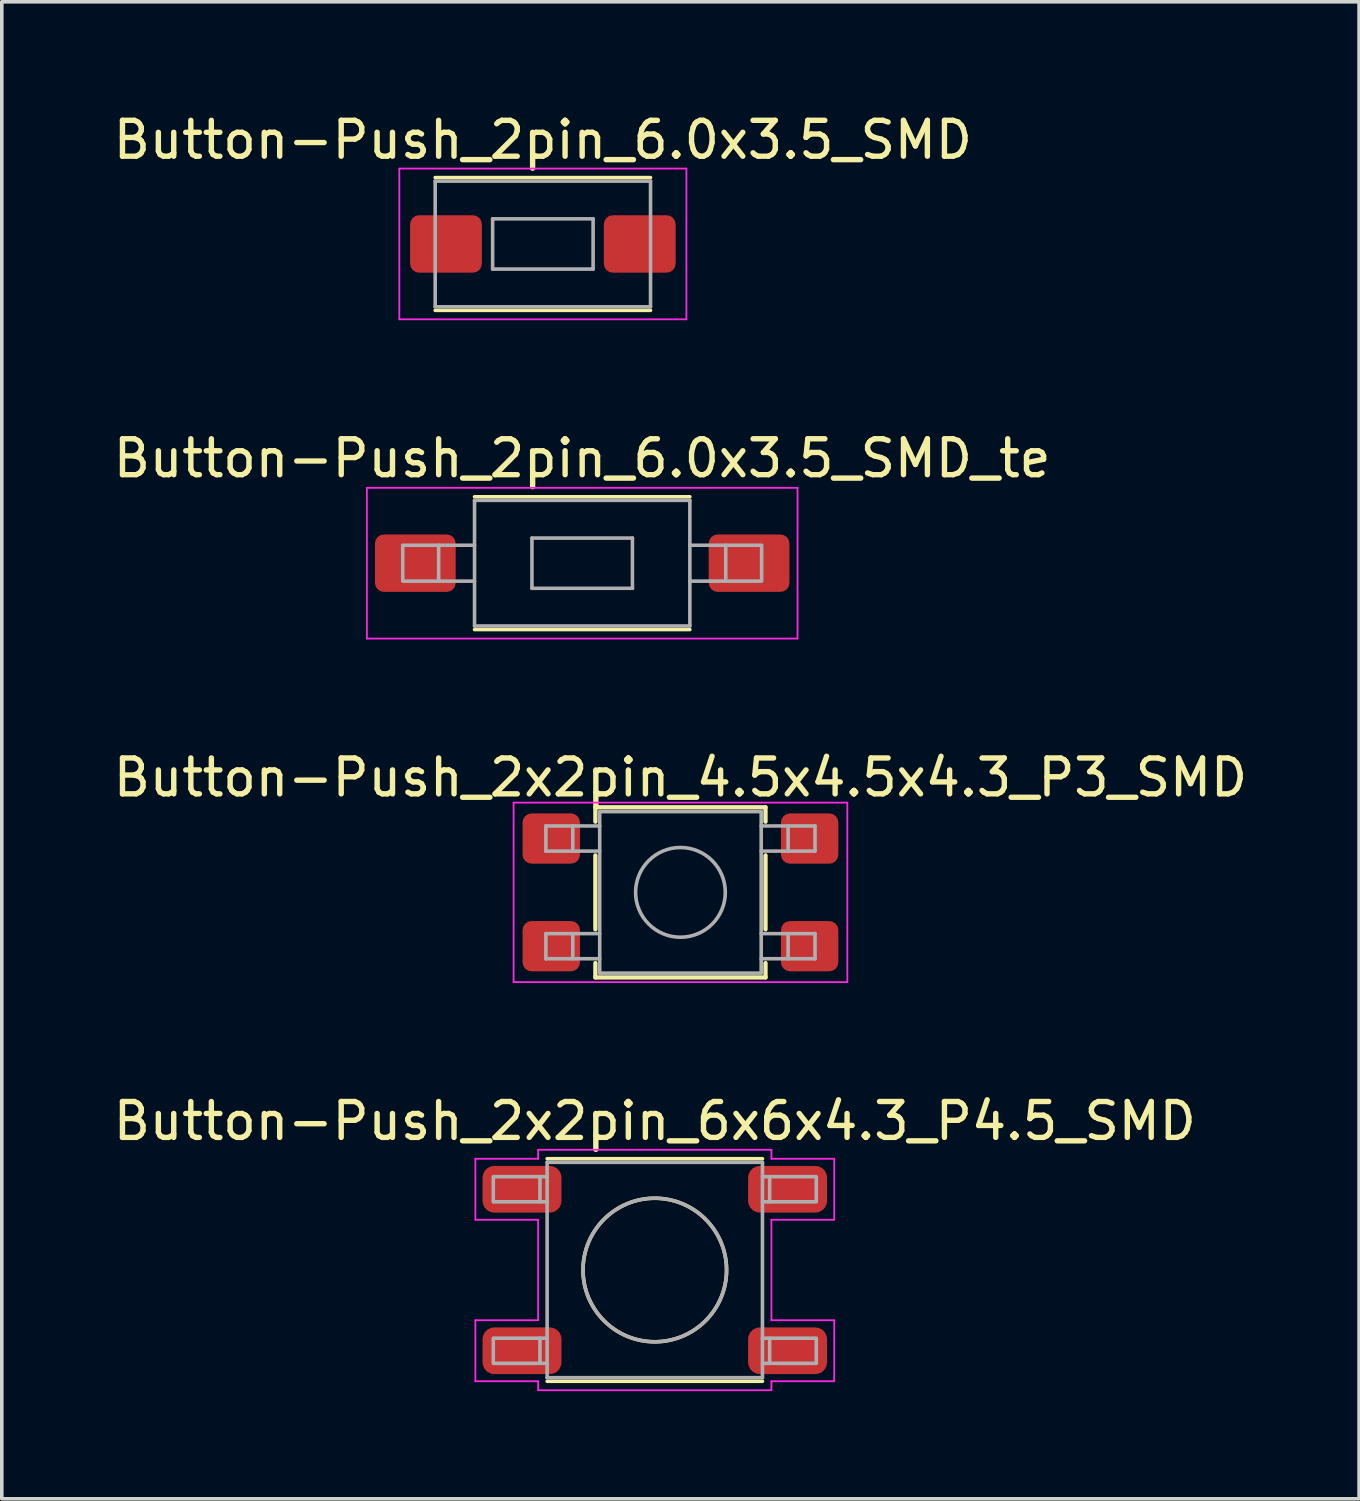
<source format=kicad_pcb>
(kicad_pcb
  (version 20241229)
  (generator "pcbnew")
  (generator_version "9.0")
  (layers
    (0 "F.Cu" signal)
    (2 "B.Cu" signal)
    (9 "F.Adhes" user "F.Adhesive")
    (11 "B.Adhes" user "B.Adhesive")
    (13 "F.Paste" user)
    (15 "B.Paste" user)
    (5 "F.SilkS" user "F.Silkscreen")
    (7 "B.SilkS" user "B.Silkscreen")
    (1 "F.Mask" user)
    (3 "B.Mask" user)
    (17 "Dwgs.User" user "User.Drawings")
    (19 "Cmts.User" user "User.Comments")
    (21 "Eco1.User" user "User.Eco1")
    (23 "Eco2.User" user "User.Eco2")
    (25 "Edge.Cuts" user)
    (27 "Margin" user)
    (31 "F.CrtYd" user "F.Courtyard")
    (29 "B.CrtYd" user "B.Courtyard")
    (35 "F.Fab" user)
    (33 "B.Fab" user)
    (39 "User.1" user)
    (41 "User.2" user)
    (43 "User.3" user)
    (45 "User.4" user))
  (footprint "Button-Push_2pin_6.0x3.5_SMD"
    (layer "F.Cu")
    (at 12.077 3.748)
    (property "Reference" "Button-Push_2pin_6.0x3.5_SMD" (at 0 -2.9 0) (layer "F.SilkS") (effects (font (size 1 1) (thickness 0.15))))
    (attr smd)
    (fp_line (start -3 1.85) (end 3 1.85) (stroke (width 0.1) (type solid)) (layer "F.SilkS"))
    (fp_line (start 3 -1.85) (end -3 -1.85) (stroke (width 0.1) (type solid)) (layer "F.SilkS"))
    (fp_line (start -4 -2.1) (end 4 -2.1) (stroke (width 0.05) (type solid)) (layer "F.CrtYd"))
    (fp_line (start -4 2.1) (end -4 -2.1) (stroke (width 0.05) (type solid)) (layer "F.CrtYd"))
    (fp_line (start 4 -2.1) (end 4 2.1) (stroke (width 0.05) (type solid)) (layer "F.CrtYd"))
    (fp_line (start 4 2.1) (end -4 2.1) (stroke (width 0.05) (type solid)) (layer "F.CrtYd"))
    (fp_line (start -3 -1.75) (end 3 -1.75) (stroke (width 0.1) (type solid)) (layer "F.Fab"))
    (fp_line (start -3 1.75) (end -3 -1.75) (stroke (width 0.1) (type solid)) (layer "F.Fab"))
    (fp_line (start -1.4 -0.7) (end 1.4 -0.7) (stroke (width 0.1) (type solid)) (layer "F.Fab"))
    (fp_line (start -1.4 0.7) (end -1.4 -0.7) (stroke (width 0.1) (type solid)) (layer "F.Fab"))
    (fp_line (start 1.4 -0.7) (end 1.4 0.7) (stroke (width 0.1) (type solid)) (layer "F.Fab"))
    (fp_line (start 1.4 0.7) (end -1.4 0.7) (stroke (width 0.1) (type solid)) (layer "F.Fab"))
    (fp_line (start 3 -1.75) (end 3 1.75) (stroke (width 0.1) (type solid)) (layer "F.Fab"))
    (fp_line (start 3 1.75) (end -3 1.75) (stroke (width 0.1) (type solid)) (layer "F.Fab"))
    (pad "1" smd roundrect (at -2.7 0) (size 2 1.6) (layers "F.Cu" "F.Mask" "F.Paste") (roundrect_rratio 0.156))
    (pad "2" smd roundrect (at 2.7 0) (size 2 1.6) (layers "F.Cu" "F.Mask" "F.Paste") (roundrect_rratio 0.156)))
  (footprint "Button-Push_2pin_6.0x3.5_SMD_te"
    (layer "F.Cu")
    (at 13.173 12.643)
    (property "Reference" "Button-Push_2pin_6.0x3.5_SMD_te" (at 0 -2.921 0) (layer "F.SilkS") (effects (font (size 1 1) (thickness 0.15))))
    (attr smd)
    (fp_line (start -3 1.85) (end 3 1.85) (stroke (width 0.1) (type solid)) (layer "F.SilkS"))
    (fp_line (start 3 -1.85) (end -3 -1.85) (stroke (width 0.1) (type solid)) (layer "F.SilkS"))
    (fp_line (start -6 -2.1) (end 6 -2.1) (stroke (width 0.05) (type solid)) (layer "F.CrtYd"))
    (fp_line (start -6 2.1) (end -6 -2.1) (stroke (width 0.05) (type solid)) (layer "F.CrtYd"))
    (fp_line (start 6 -2.1) (end 6 2.1) (stroke (width 0.05) (type solid)) (layer "F.CrtYd"))
    (fp_line (start 6 2.1) (end -6 2.1) (stroke (width 0.05) (type solid)) (layer "F.CrtYd"))
    (fp_line (start -3 -1.75) (end 3 -1.75) (stroke (width 0.1) (type solid)) (layer "F.Fab"))
    (fp_line (start -3 -0.5) (end -4 -0.5) (stroke (width 0.1) (type solid)) (layer "F.Fab"))
    (fp_line (start -3 0.5) (end -4 0.5) (stroke (width 0.1) (type solid)) (layer "F.Fab"))
    (fp_line (start -3 1.75) (end -3 -1.75) (stroke (width 0.1) (type solid)) (layer "F.Fab"))
    (fp_line (start -1.4 -0.7) (end 1.4 -0.7) (stroke (width 0.1) (type solid)) (layer "F.Fab"))
    (fp_line (start -1.4 0.7) (end -1.4 -0.7) (stroke (width 0.1) (type solid)) (layer "F.Fab"))
    (fp_line (start 1.4 -0.7) (end 1.4 0.7) (stroke (width 0.1) (type solid)) (layer "F.Fab"))
    (fp_line (start 1.4 0.7) (end -1.4 0.7) (stroke (width 0.1) (type solid)) (layer "F.Fab"))
    (fp_line (start 3 -1.75) (end 3 1.75) (stroke (width 0.1) (type solid)) (layer "F.Fab"))
    (fp_line (start 3 -0.5) (end 4 -0.5) (stroke (width 0.1) (type solid)) (layer "F.Fab"))
    (fp_line (start 3 0.5) (end 4 0.5) (stroke (width 0.1) (type solid)) (layer "F.Fab"))
    (fp_line (start 3 1.75) (end -3 1.75) (stroke (width 0.1) (type solid)) (layer "F.Fab"))
    (fp_poly (pts (xy -4 0.5) (xy -5 0.5) (xy -5 -0.5) (xy -4 -0.5)) (stroke (width 0.1) (type solid)) (fill no) (layer "F.Fab"))
    (fp_poly (pts (xy 4 -0.5) (xy 5 -0.5) (xy 5 0.5) (xy 4 0.5)) (stroke (width 0.1) (type solid)) (fill no) (layer "F.Fab"))
    (pad "1" smd roundrect (at -4.65 0) (size 2.25 1.6) (layers "F.Cu" "F.Mask" "F.Paste") (roundrect_rratio 0.156))
    (pad "2" smd roundrect (at 4.65 0) (size 2.25 1.6) (layers "F.Cu" "F.Mask" "F.Paste") (roundrect_rratio 0.156)))
  (footprint "Button-Push_2x2pin_6x6x4.3_P4.5_SMD"
    (layer "F.Cu")
    (at 15.196 32.339)
    (property "Reference" "Button-Push_2x2pin_6x6x4.3_P4.5_SMD" (at 0 -4.15 0) (layer "F.SilkS") (effects (font (size 1 1) (thickness 0.15))))
    (attr smd)
    (fp_line (start 3 -3.1) (end -3 -3.1) (stroke (width 0.1) (type solid)) (layer "F.SilkS"))
    (fp_line (start 3 3.1) (end -3 3.1) (stroke (width 0.1) (type solid)) (layer "F.SilkS"))
    (fp_circle (center 0 0) (end 2 0) (stroke (width 0.1) (type solid)) (fill no) (layer "F.SilkS"))
    (fp_line (start -5 -3.1) (end -5 -1.4) (stroke (width 0.05) (type solid)) (layer "F.CrtYd"))
    (fp_line (start -5 -3.1) (end -3.25 -3.1) (stroke (width 0.05) (type solid)) (layer "F.CrtYd"))
    (fp_line (start -5 -1.4) (end -3.25 -1.4) (stroke (width 0.05) (type solid)) (layer "F.CrtYd"))
    (fp_line (start -5 1.4) (end -5 3.1) (stroke (width 0.05) (type solid)) (layer "F.CrtYd"))
    (fp_line (start -5 1.4) (end -3.25 1.4) (stroke (width 0.05) (type solid)) (layer "F.CrtYd"))
    (fp_line (start -5 3.1) (end -3.25 3.1) (stroke (width 0.05) (type solid)) (layer "F.CrtYd"))
    (fp_line (start -3.25 -3.35) (end -3.25 -3.1) (stroke (width 0.05) (type solid)) (layer "F.CrtYd"))
    (fp_line (start -3.25 -1.4) (end -3.25 1.4) (stroke (width 0.05) (type solid)) (layer "F.CrtYd"))
    (fp_line (start -3.25 3.1) (end -3.25 3.35) (stroke (width 0.05) (type solid)) (layer "F.CrtYd"))
    (fp_line (start -3.25 3.35) (end 3.25 3.35) (stroke (width 0.05) (type solid)) (layer "F.CrtYd"))
    (fp_line (start 3.25 -3.35) (end -3.25 -3.35) (stroke (width 0.05) (type solid)) (layer "F.CrtYd"))
    (fp_line (start 3.25 -3.35) (end 3.25 -3.1) (stroke (width 0.05) (type solid)) (layer "F.CrtYd"))
    (fp_line (start 3.25 -3.1) (end 5 -3.1) (stroke (width 0.05) (type solid)) (layer "F.CrtYd"))
    (fp_line (start 3.25 -1.4) (end 3.25 1.4) (stroke (width 0.05) (type solid)) (layer "F.CrtYd"))
    (fp_line (start 3.25 -1.4) (end 5 -1.4) (stroke (width 0.05) (type solid)) (layer "F.CrtYd"))
    (fp_line (start 3.25 1.4) (end 5 1.4) (stroke (width 0.05) (type solid)) (layer "F.CrtYd"))
    (fp_line (start 3.25 3.1) (end 3.25 3.35) (stroke (width 0.05) (type solid)) (layer "F.CrtYd"))
    (fp_line (start 3.25 3.1) (end 5 3.1) (stroke (width 0.05) (type solid)) (layer "F.CrtYd"))
    (fp_line (start 5 -3.1) (end 5 -1.4) (stroke (width 0.05) (type solid)) (layer "F.CrtYd"))
    (fp_line (start 5 1.4) (end 5 3.1) (stroke (width 0.05) (type solid)) (layer "F.CrtYd"))
    (fp_line (start -3 -2.6) (end -3.2 -2.6) (stroke (width 0.1) (type solid)) (layer "F.Fab"))
    (fp_line (start -3 -1.9) (end -3.2 -1.9) (stroke (width 0.1) (type solid)) (layer "F.Fab"))
    (fp_line (start -3 1.9) (end -3.2 1.9) (stroke (width 0.1) (type solid)) (layer "F.Fab"))
    (fp_line (start -3 2.6) (end -3.2 2.6) (stroke (width 0.1) (type solid)) (layer "F.Fab"))
    (fp_line (start -3 3) (end -3 -3) (stroke (width 0.1) (type solid)) (layer "F.Fab"))
    (fp_line (start 3 -3) (end -3 -3) (stroke (width 0.1) (type solid)) (layer "F.Fab"))
    (fp_line (start 3 -3) (end 3 3) (stroke (width 0.1) (type solid)) (layer "F.Fab"))
    (fp_line (start 3 -2.6) (end 3.2 -2.6) (stroke (width 0.1) (type solid)) (layer "F.Fab"))
    (fp_line (start 3 -1.9) (end 3.2 -1.9) (stroke (width 0.1) (type solid)) (layer "F.Fab"))
    (fp_line (start 3 1.9) (end 3.2 1.9) (stroke (width 0.1) (type solid)) (layer "F.Fab"))
    (fp_line (start 3 2.6) (end 3.2 2.6) (stroke (width 0.1) (type solid)) (layer "F.Fab"))
    (fp_line (start 3 3) (end -3 3) (stroke (width 0.1) (type solid)) (layer "F.Fab"))
    (fp_circle (center 0 0) (end 2 0) (stroke (width 0.1) (type solid)) (fill no) (layer "F.Fab"))
    (fp_poly (pts (xy -3.2 -1.9) (xy -4.5 -1.9) (xy -4.5 -2.6) (xy -3.2 -2.6)) (stroke (width 0.1) (type solid)) (fill no) (layer "F.Fab"))
    (fp_poly (pts (xy -3.2 2.6) (xy -4.5 2.6) (xy -4.5 1.9) (xy -3.2 1.9)) (stroke (width 0.1) (type solid)) (fill no) (layer "F.Fab"))
    (fp_poly (pts (xy 3.2 -2.6) (xy 4.5 -2.6) (xy 4.5 -1.9) (xy 3.2 -1.9)) (stroke (width 0.1) (type solid)) (fill no) (layer "F.Fab"))
    (fp_poly (pts (xy 3.2 1.9) (xy 4.5 1.9) (xy 4.5 2.6) (xy 3.2 2.6)) (stroke (width 0.1) (type solid)) (fill no) (layer "F.Fab"))
    (pad "1" smd roundrect (at -3.7 -2.25) (size 2.2 1.3) (layers "F.Cu" "F.Mask" "F.Paste") (roundrect_rratio 0.25))
    (pad "1" smd roundrect (at 3.7 -2.25) (size 2.2 1.3) (layers "F.Cu" "F.Mask" "F.Paste") (roundrect_rratio 0.25))
    (pad "2" smd roundrect (at -3.7 2.25) (size 2.2 1.3) (layers "F.Cu" "F.Mask" "F.Paste") (roundrect_rratio 0.25))
    (pad "2" smd roundrect (at 3.7 2.25) (size 2.2 1.3) (layers "F.Cu" "F.Mask" "F.Paste") (roundrect_rratio 0.25)))
  (footprint "Button-Push_2x2pin_4.5x4.5x4.3_P3_SMD"
    (layer "F.Cu")
    (at 15.911 21.816)
    (property "Reference" "Button-Push_2x2pin_4.5x4.5x4.3_P3_SMD" (at 0 -3.2 0) (layer "F.SilkS") (effects (font (size 1 1) (thickness 0.15))))
    (attr smd)
    (fp_line (start -2.37 -2.37) (end -2.37 -1.97) (stroke (width 0.12) (type solid)) (layer "F.SilkS"))
    (fp_line (start -2.37 -2.37) (end 2.37 -2.37) (stroke (width 0.12) (type solid)) (layer "F.SilkS"))
    (fp_line (start -2.37 1.03) (end -2.37 -1.03) (stroke (width 0.12) (type solid)) (layer "F.SilkS"))
    (fp_line (start -2.37 2.37) (end -2.37 1.97) (stroke (width 0.12) (type solid)) (layer "F.SilkS"))
    (fp_line (start -2.37 2.37) (end 2.37 2.37) (stroke (width 0.12) (type solid)) (layer "F.SilkS"))
    (fp_line (start 2.37 -2.37) (end 2.37 -1.97) (stroke (width 0.12) (type solid)) (layer "F.SilkS"))
    (fp_line (start 2.37 1.03) (end 2.37 -1.03) (stroke (width 0.12) (type solid)) (layer "F.SilkS"))
    (fp_line (start 2.37 2.37) (end 2.37 1.97) (stroke (width 0.12) (type solid)) (layer "F.SilkS"))
    (fp_line (start -4.65 -2.5) (end 4.65 -2.5) (stroke (width 0.05) (type solid)) (layer "F.CrtYd"))
    (fp_line (start -4.65 2.5) (end -4.65 -2.5) (stroke (width 0.05) (type solid)) (layer "F.CrtYd"))
    (fp_line (start 4.65 -2.5) (end 4.65 2.5) (stroke (width 0.05) (type solid)) (layer "F.CrtYd"))
    (fp_line (start 4.65 2.5) (end -4.65 2.5) (stroke (width 0.05) (type solid)) (layer "F.CrtYd"))
    (fp_line (start -3.75 -1.85) (end -3.75 -1.15) (stroke (width 0.1) (type solid)) (layer "F.Fab"))
    (fp_line (start -3.75 -1.15) (end -2.25 -1.15) (stroke (width 0.1) (type solid)) (layer "F.Fab"))
    (fp_line (start -3.75 1.15) (end -3.75 1.85) (stroke (width 0.1) (type solid)) (layer "F.Fab"))
    (fp_line (start -3.75 1.85) (end -2.25 1.85) (stroke (width 0.1) (type solid)) (layer "F.Fab"))
    (fp_line (start -3 -1.85) (end -3 -1.15) (stroke (width 0.1) (type solid)) (layer "F.Fab"))
    (fp_line (start -3 1.15) (end -3 1.85) (stroke (width 0.1) (type solid)) (layer "F.Fab"))
    (fp_line (start -2.25 -2.25) (end 2.25 -2.25) (stroke (width 0.1) (type solid)) (layer "F.Fab"))
    (fp_line (start -2.25 -1.85) (end -3.75 -1.85) (stroke (width 0.1) (type solid)) (layer "F.Fab"))
    (fp_line (start -2.25 1.15) (end -3.75 1.15) (stroke (width 0.1) (type solid)) (layer "F.Fab"))
    (fp_line (start -2.25 2.25) (end -2.25 -2.25) (stroke (width 0.1) (type solid)) (layer "F.Fab"))
    (fp_line (start 2.25 -2.25) (end 2.25 2.25) (stroke (width 0.1) (type solid)) (layer "F.Fab"))
    (fp_line (start 2.25 -1.15) (end 3.75 -1.15) (stroke (width 0.1) (type solid)) (layer "F.Fab"))
    (fp_line (start 2.25 1.15) (end 3.75 1.15) (stroke (width 0.1) (type solid)) (layer "F.Fab"))
    (fp_line (start 2.25 2.25) (end -2.25 2.25) (stroke (width 0.1) (type solid)) (layer "F.Fab"))
    (fp_line (start 3 -1.85) (end 3 -1.15) (stroke (width 0.1) (type solid)) (layer "F.Fab"))
    (fp_line (start 3 1.15) (end 3 1.85) (stroke (width 0.1) (type solid)) (layer "F.Fab"))
    (fp_line (start 3.75 -1.85) (end 2.25 -1.85) (stroke (width 0.1) (type solid)) (layer "F.Fab"))
    (fp_line (start 3.75 -1.15) (end 3.75 -1.85) (stroke (width 0.1) (type solid)) (layer "F.Fab"))
    (fp_line (start 3.75 1.15) (end 3.75 1.85) (stroke (width 0.1) (type solid)) (layer "F.Fab"))
    (fp_line (start 3.75 1.85) (end 2.25 1.85) (stroke (width 0.1) (type solid)) (layer "F.Fab"))
    (fp_circle (center 0 0) (end 1.25 0) (stroke (width 0.1) (type solid)) (fill no) (layer "F.Fab"))
    (pad "1" smd roundrect (at -3.6 -1.5) (size 1.6 1.4) (layers "F.Cu" "F.Mask" "F.Paste") (roundrect_rratio 0.179))
    (pad "1" smd roundrect (at 3.6 -1.5) (size 1.6 1.4) (layers "F.Cu" "F.Mask" "F.Paste") (roundrect_rratio 0.179))
    (pad "2" smd roundrect (at -3.6 1.5) (size 1.6 1.4) (layers "F.Cu" "F.Mask" "F.Paste") (roundrect_rratio 0.179))
    (pad "2" smd roundrect (at 3.6 1.5) (size 1.6 1.4) (layers "F.Cu" "F.Mask" "F.Paste") (roundrect_rratio 0.179)))
  (gr_rect
    (start -3 -3)
    (end 34.821 38.714)
    (stroke (width 0.1) (type default))
    (fill no)
    (layer "Edge.Cuts")))
</source>
